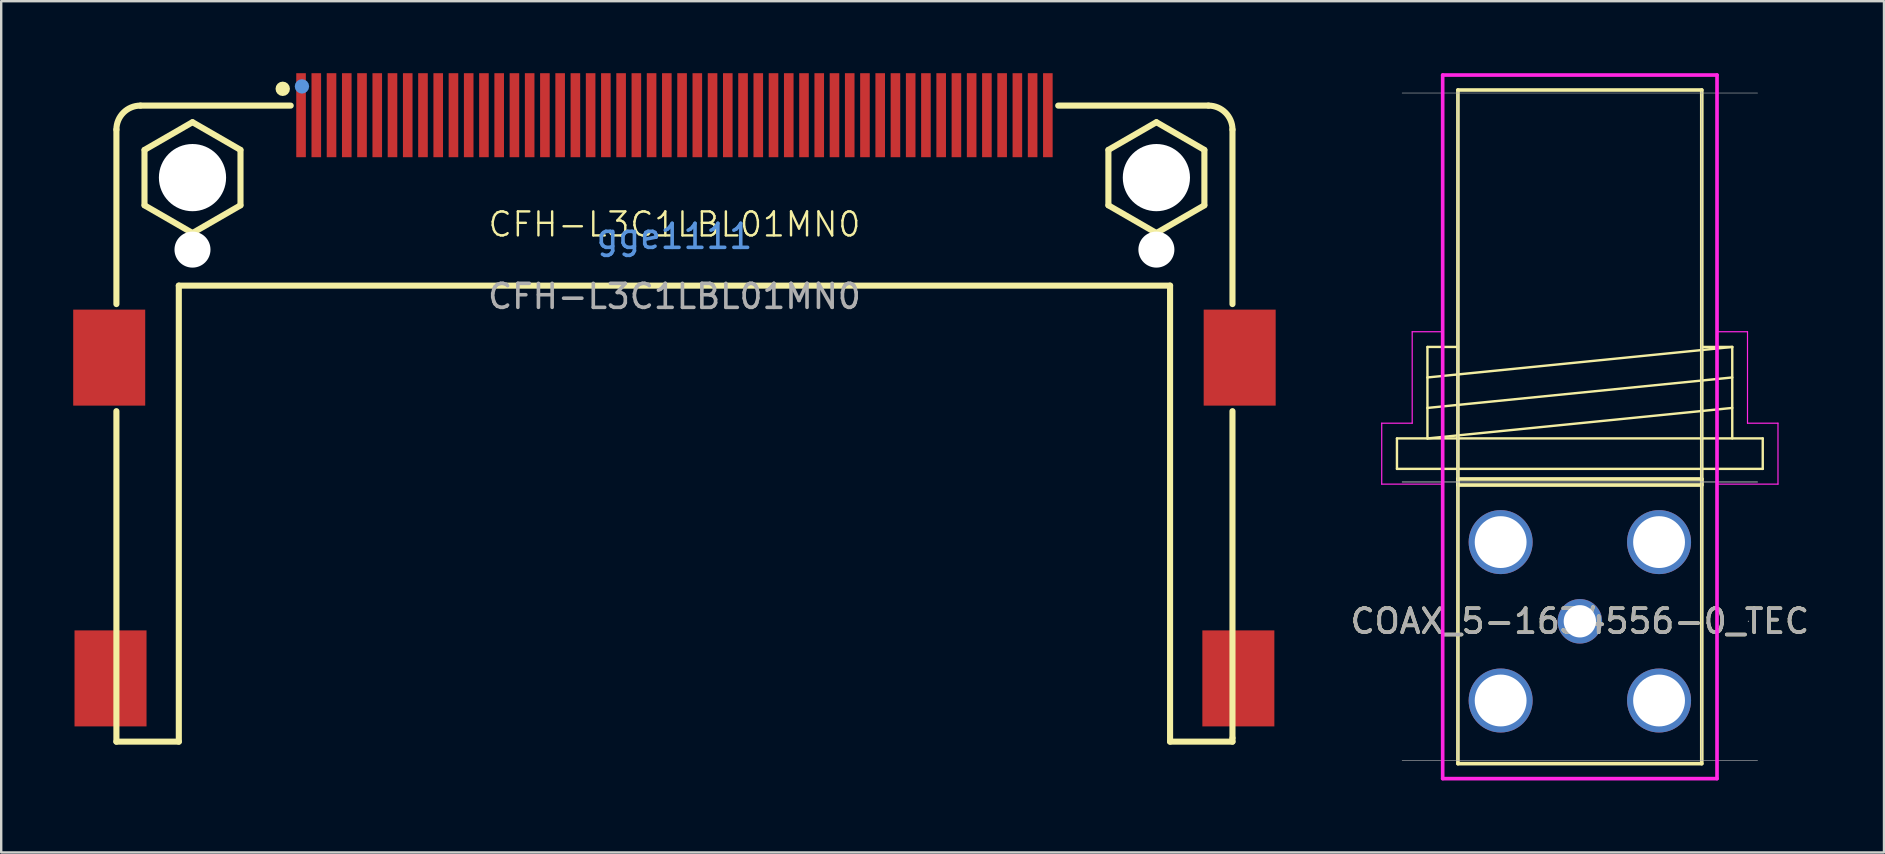
<source format=kicad_pcb>
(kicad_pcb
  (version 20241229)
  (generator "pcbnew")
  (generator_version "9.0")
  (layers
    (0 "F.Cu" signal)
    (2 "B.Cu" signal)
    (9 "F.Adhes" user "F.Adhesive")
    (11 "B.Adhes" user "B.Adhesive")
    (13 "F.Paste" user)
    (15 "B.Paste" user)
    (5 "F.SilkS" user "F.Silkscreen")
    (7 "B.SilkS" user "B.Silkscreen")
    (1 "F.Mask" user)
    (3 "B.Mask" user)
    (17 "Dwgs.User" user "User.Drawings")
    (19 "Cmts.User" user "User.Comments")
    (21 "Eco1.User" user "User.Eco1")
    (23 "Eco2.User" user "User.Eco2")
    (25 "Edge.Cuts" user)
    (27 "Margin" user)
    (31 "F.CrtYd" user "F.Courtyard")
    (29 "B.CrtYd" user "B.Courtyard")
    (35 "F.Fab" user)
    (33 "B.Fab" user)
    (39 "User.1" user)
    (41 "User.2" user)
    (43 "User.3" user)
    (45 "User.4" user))
  (footprint "COAX_5-1634556-0_TEC"
    (layer "F.Cu")
    (at 62.773 22.836)
    (property "Reference" "COAX_5-1634556-0_TEC" (at 0 0 0) (unlocked yes) (layer "F.SilkS") (effects (font (size 1 1) (thickness 0.15))))
    (attr through_hole)
    (fp_line (start -7.62 -7.62) (end 7.62 -7.62) (stroke (width 0.1) (type default)) (layer "F.SilkS"))
    (fp_line (start -7.62 -6.35) (end -7.62 -7.62) (stroke (width 0.1) (type default)) (layer "F.SilkS"))
    (fp_line (start -6.35 -11.43) (end -5.08 -11.43) (stroke (width 0.1) (type default)) (layer "F.SilkS"))
    (fp_line (start -6.35 -10.16) (end 6.35 -11.43) (stroke (width 0.1) (type default)) (layer "F.SilkS"))
    (fp_line (start -6.35 -8.89) (end 6.35 -10.16) (stroke (width 0.1) (type default)) (layer "F.SilkS"))
    (fp_line (start -6.35 -7.62) (end -6.35 -11.43) (stroke (width 0.1) (type default)) (layer "F.SilkS"))
    (fp_line (start -6.35 -7.62) (end 6.35 -8.89) (stroke (width 0.1) (type default)) (layer "F.SilkS"))
    (fp_line (start -5.08 -22.136) (end -5.08 -5.677) (stroke (width 0.152) (type solid)) (layer "F.SilkS"))
    (fp_line (start -5.08 -5.931) (end -5.08 5.931) (stroke (width 0.152) (type solid)) (layer "F.SilkS"))
    (fp_line (start -5.08 -5.677) (end 5.08 -5.677) (stroke (width 0.152) (type solid)) (layer "F.SilkS"))
    (fp_line (start -5.08 5.931) (end 5.08 5.931) (stroke (width 0.152) (type solid)) (layer "F.SilkS"))
    (fp_line (start 5.08 -22.136) (end -5.08 -22.136) (stroke (width 0.152) (type solid)) (layer "F.SilkS"))
    (fp_line (start 5.08 -11.43) (end 6.35 -11.43) (stroke (width 0.1) (type default)) (layer "F.SilkS"))
    (fp_line (start 5.08 -5.931) (end -5.08 -5.931) (stroke (width 0.152) (type solid)) (layer "F.SilkS"))
    (fp_line (start 5.08 -5.677) (end 5.08 -22.136) (stroke (width 0.152) (type solid)) (layer "F.SilkS"))
    (fp_line (start 5.08 5.931) (end 5.08 -5.931) (stroke (width 0.152) (type solid)) (layer "F.SilkS"))
    (fp_line (start 6.35 -11.43) (end 6.35 -7.62) (stroke (width 0.1) (type default)) (layer "F.SilkS"))
    (fp_line (start 7.62 -6.35) (end -7.62 -6.35) (stroke (width 0.1) (type default)) (layer "F.SilkS"))
    (fp_line (start 7.62 -6.35) (end 7.62 -7.62) (stroke (width 0.1) (type default)) (layer "F.SilkS"))
    (fp_line (start -8.255 -8.255) (end -6.985 -8.255) (stroke (width 0.05) (type default)) (layer "F.CrtYd"))
    (fp_line (start -8.255 -5.715) (end -8.255 -8.255) (stroke (width 0.05) (type default)) (layer "F.CrtYd"))
    (fp_line (start -6.985 -12.065) (end -5.715 -12.065) (stroke (width 0.05) (type default)) (layer "F.CrtYd"))
    (fp_line (start -6.985 -8.255) (end -6.985 -12.065) (stroke (width 0.05) (type default)) (layer "F.CrtYd"))
    (fp_line (start -5.715 -22.759) (end 5.715 -22.759) (stroke (width 0.152) (type solid)) (layer "F.CrtYd"))
    (fp_line (start -5.715 -5.715) (end -8.255 -5.715) (stroke (width 0.05) (type default)) (layer "F.CrtYd"))
    (fp_line (start -5.715 6.554) (end -5.715 -22.759) (stroke (width 0.152) (type solid)) (layer "F.CrtYd"))
    (fp_line (start 5.715 -22.759) (end 5.715 6.554) (stroke (width 0.152) (type solid)) (layer "F.CrtYd"))
    (fp_line (start 5.715 -5.715) (end 8.255 -5.715) (stroke (width 0.05) (type default)) (layer "F.CrtYd"))
    (fp_line (start 5.715 6.554) (end -5.715 6.554) (stroke (width 0.152) (type solid)) (layer "F.CrtYd"))
    (fp_line (start 6.985 -12.065) (end 5.715 -12.065) (stroke (width 0.05) (type default)) (layer "F.CrtYd"))
    (fp_line (start 6.985 -8.255) (end 6.985 -12.065) (stroke (width 0.05) (type default)) (layer "F.CrtYd"))
    (fp_line (start 8.255 -8.255) (end 6.985 -8.255) (stroke (width 0.05) (type default)) (layer "F.CrtYd"))
    (fp_line (start 8.255 -5.715) (end 8.255 -8.255) (stroke (width 0.05) (type default)) (layer "F.CrtYd"))
    (fp_line (start -7.404 -5.804) (end 7.404 -5.804) (stroke (width 0.025) (type solid)) (layer "F.Fab"))
    (fp_line (start -7.404 5.804) (end 7.404 5.804) (stroke (width 0.025) (type solid)) (layer "F.Fab"))
    (fp_line (start -5.08 -22.073) (end -5.08 -5.867) (stroke (width 0.025) (type solid)) (layer "F.Fab"))
    (fp_line (start -5.08 -5.804) (end -5.08 5.804) (stroke (width 0.025) (type solid)) (layer "F.Fab"))
    (fp_line (start 5.08 -5.867) (end 5.08 -22.073) (stroke (width 0.025) (type solid)) (layer "F.Fab"))
    (fp_line (start 5.08 5.804) (end 5.08 -5.804) (stroke (width 0.025) (type solid)) (layer "F.Fab"))
    (fp_line (start 7.404 -22.009) (end -7.404 -22.009) (stroke (width 0.025) (type solid)) (layer "F.Fab"))
    (fp_line (start 7.404 -5.804) (end -7.404 -5.804) (stroke (width 0.025) (type solid)) (layer "F.Fab"))
    (fp_circle (center 7.023 0) (end 7.023 0) (stroke (width 0.025) (type solid)) (fill no) (layer "F.Fab"))
    (fp_text user "${REFERENCE}" (at 0 0 0) (unlocked yes) (layer "F.Fab") (effects (font (size 1 1) (thickness 0.15))))
    (pad "1" thru_hole circle (at 0 0) (size 1.854 1.854) (drill 1.346) (layers "*.Cu" "*.Mask"))
    (pad "2" thru_hole circle (at -3.3 -3.3) (size 2.667 2.667) (drill 2.159) (layers "*.Cu" "*.Mask"))
    (pad "2" thru_hole circle (at -3.3 3.3) (size 2.667 2.667) (drill 2.159) (layers "*.Cu" "*.Mask"))
    (pad "2" thru_hole circle (at 3.3 -3.3) (size 2.667 2.667) (drill 2.159) (layers "*.Cu" "*.Mask"))
    (pad "2" thru_hole circle (at 3.3 3.3) (size 2.667 2.667) (drill 2.159) (layers "*.Cu" "*.Mask")))
  (footprint "CFH-L3C1LBL01MN0"
    (layer "F.Cu")
    (at 25.05 6.8)
    (property "Reference" "CFH-L3C1LBL01MN0" (at 0 -0.5 0) (unlocked yes) (layer "F.SilkS") (effects (font (size 1 1) (thickness 0.1))))
    (attr smd)
    (fp_line (start -23.25 2.819) (end -23.25 -4.45) (stroke (width 0.254) (type solid)) (layer "F.SilkS"))
    (fp_line (start -23.25 21.05) (end -23.25 7.281) (stroke (width 0.254) (type solid)) (layer "F.SilkS"))
    (fp_line (start -23.25 21.05) (end -20.65 21.05) (stroke (width 0.254) (type solid)) (layer "F.SilkS"))
    (fp_line (start -22.25 -5.45) (end -15.988 -5.45) (stroke (width 0.254) (type solid)) (layer "F.SilkS"))
    (fp_line (start -22.08 -3.6) (end -22.08 -1.3) (stroke (width 0.254) (type solid)) (layer "F.SilkS"))
    (fp_line (start -22.076 -1.293) (end -20.084 -0.143) (stroke (width 0.254) (type solid)) (layer "F.SilkS"))
    (fp_line (start -20.65 2.05) (end 20.65 2.05) (stroke (width 0.254) (type solid)) (layer "F.SilkS"))
    (fp_line (start -20.65 21.05) (end -20.65 2.05) (stroke (width 0.254) (type solid)) (layer "F.SilkS"))
    (fp_line (start -20.084 -4.757) (end -22.076 -3.607) (stroke (width 0.254) (type solid)) (layer "F.SilkS"))
    (fp_line (start -20.076 -0.143) (end -18.084 -1.293) (stroke (width 0.254) (type solid)) (layer "F.SilkS"))
    (fp_line (start -18.084 -3.607) (end -20.076 -4.757) (stroke (width 0.254) (type solid)) (layer "F.SilkS"))
    (fp_line (start -18.08 -1.3) (end -18.08 -3.6) (stroke (width 0.254) (type solid)) (layer "F.SilkS"))
    (fp_line (start 15.989 -5.45) (end 22.25 -5.45) (stroke (width 0.254) (type solid)) (layer "F.SilkS"))
    (fp_line (start 18.08 -3.6) (end 18.08 -1.3) (stroke (width 0.254) (type solid)) (layer "F.SilkS"))
    (fp_line (start 18.084 -1.293) (end 20.076 -0.143) (stroke (width 0.254) (type solid)) (layer "F.SilkS"))
    (fp_line (start 20.076 -4.757) (end 18.084 -3.607) (stroke (width 0.254) (type solid)) (layer "F.SilkS"))
    (fp_line (start 20.084 -0.143) (end 22.076 -1.293) (stroke (width 0.254) (type solid)) (layer "F.SilkS"))
    (fp_line (start 20.65 21.05) (end 20.65 2.05) (stroke (width 0.254) (type solid)) (layer "F.SilkS"))
    (fp_line (start 20.65 21.05) (end 23.25 21.05) (stroke (width 0.254) (type solid)) (layer "F.SilkS"))
    (fp_line (start 22.076 -3.607) (end 20.084 -4.757) (stroke (width 0.254) (type solid)) (layer "F.SilkS"))
    (fp_line (start 22.08 -1.3) (end 22.08 -3.6) (stroke (width 0.254) (type solid)) (layer "F.SilkS"))
    (fp_line (start 23.25 -4.45) (end 23.25 2.819) (stroke (width 0.254) (type solid)) (layer "F.SilkS"))
    (fp_line (start 23.25 7.281) (end 23.25 20.9) (stroke (width 0.254) (type solid)) (layer "F.SilkS"))
    (fp_line (start 23.25 20.9) (end 23.25 21.05) (stroke (width 0.254) (type solid)) (layer "F.SilkS"))
    (fp_arc (start -23.25 -4.45) (mid -22.957101 -5.157113) (end -22.249983 -5.45) (stroke (width 0.254) (type solid)) (layer "F.SilkS"))
    (fp_arc (start 22.25 -5.45) (mid 22.957125 -5.157088) (end 23.25 -4.449948) (stroke (width 0.254) (type solid)) (layer "F.SilkS"))
    (fp_circle (center -16.32 -6.15) (end -16.17 -6.15) (stroke (width 0.3) (type solid)) (fill no) (layer "F.SilkS"))
    (fp_circle (center -20.08 0.55) (end -19.73 0.55) (stroke (width 0.7) (type solid)) (fill no) (layer "Cmts.User"))
    (fp_circle (center -15.52 -6.25) (end -15.37 -6.25) (stroke (width 0.3) (type solid)) (fill no) (layer "Cmts.User"))
    (fp_circle (center 20.08 0.55) (end 20.43 0.55) (stroke (width 0.7) (type solid)) (fill no) (layer "Cmts.User"))
    (fp_text user "gge1111" (at 0 0 0) (layer "Cmts.User") (effects (font (size 1 1) (thickness 0.15))))
    (fp_text user "${REFERENCE}" (at 0 2.5 0) (unlocked yes) (layer "F.Fab") (effects (font (size 1 1) (thickness 0.15))))
    (pad "" np_thru_hole circle (at -20.08 -2.45) (size 2.8 2.8) (drill 2.8) (layers "*.Cu" "*.Mask"))
    (pad "" np_thru_hole circle (at -20.08 0.55) (size 1.5 1.5) (drill 1.5) (layers "*.Cu" "*.Mask"))
    (pad "" np_thru_hole circle (at 20.08 -2.45) (size 2.8 2.8) (drill 2.8) (layers "*.Cu" "*.Mask"))
    (pad "" np_thru_hole circle (at 20.08 0.55) (size 1.5 1.5) (drill 1.5) (layers "*.Cu" "*.Mask"))
    (pad "1" smd rect (at -15.557 -5.05 90) (size 3.5 0.4) (layers "F.Cu" "F.Mask" "F.Paste"))
    (pad "2" smd rect (at -14.287 -5.05 90) (size 3.5 0.4) (layers "F.Cu" "F.Mask" "F.Paste"))
    (pad "3" smd rect (at -13.017 -5.05 90) (size 3.5 0.4) (layers "F.Cu" "F.Mask" "F.Paste"))
    (pad "4" smd rect (at -11.747 -5.05 90) (size 3.5 0.4) (layers "F.Cu" "F.Mask" "F.Paste"))
    (pad "5" smd rect (at -10.477 -5.05 90) (size 3.5 0.4) (layers "F.Cu" "F.Mask" "F.Paste"))
    (pad "6" smd rect (at -9.207 -5.05 90) (size 3.5 0.4) (layers "F.Cu" "F.Mask" "F.Paste"))
    (pad "7" smd rect (at -7.937 -5.05 90) (size 3.5 0.4) (layers "F.Cu" "F.Mask" "F.Paste"))
    (pad "8" smd rect (at -6.667 -5.05 90) (size 3.5 0.4) (layers "F.Cu" "F.Mask" "F.Paste"))
    (pad "9" smd rect (at -5.397 -5.05 90) (size 3.5 0.4) (layers "F.Cu" "F.Mask" "F.Paste"))
    (pad "10" smd rect (at -4.127 -5.05 90) (size 3.5 0.4) (layers "F.Cu" "F.Mask" "F.Paste"))
    (pad "11" smd rect (at -2.857 -5.05 90) (size 3.5 0.4) (layers "F.Cu" "F.Mask" "F.Paste"))
    (pad "12" smd rect (at -1.587 -5.05 90) (size 3.5 0.4) (layers "F.Cu" "F.Mask" "F.Paste"))
    (pad "13" smd rect (at -0.317 -5.05 90) (size 3.5 0.4) (layers "F.Cu" "F.Mask" "F.Paste"))
    (pad "14" smd rect (at 0.953 -5.05 90) (size 3.5 0.4) (layers "F.Cu" "F.Mask" "F.Paste"))
    (pad "15" smd rect (at 2.223 -5.05 90) (size 3.5 0.4) (layers "F.Cu" "F.Mask" "F.Paste"))
    (pad "16" smd rect (at 3.493 -5.05 90) (size 3.5 0.4) (layers "F.Cu" "F.Mask" "F.Paste"))
    (pad "17" smd rect (at 4.763 -5.05 90) (size 3.5 0.4) (layers "F.Cu" "F.Mask" "F.Paste"))
    (pad "18" smd rect (at 6.033 -5.05 90) (size 3.5 0.4) (layers "F.Cu" "F.Mask" "F.Paste"))
    (pad "19" smd rect (at 7.303 -5.05 90) (size 3.5 0.4) (layers "F.Cu" "F.Mask" "F.Paste"))
    (pad "20" smd rect (at 8.573 -5.05 90) (size 3.5 0.4) (layers "F.Cu" "F.Mask" "F.Paste"))
    (pad "21" smd rect (at 9.843 -5.05 90) (size 3.5 0.4) (layers "F.Cu" "F.Mask" "F.Paste"))
    (pad "22" smd rect (at 11.113 -5.05 90) (size 3.5 0.4) (layers "F.Cu" "F.Mask" "F.Paste"))
    (pad "23" smd rect (at 12.383 -5.05 90) (size 3.5 0.4) (layers "F.Cu" "F.Mask" "F.Paste"))
    (pad "24" smd rect (at 13.653 -5.05 90) (size 3.5 0.4) (layers "F.Cu" "F.Mask" "F.Paste"))
    (pad "25" smd rect (at 14.923 -5.05 90) (size 3.5 0.4) (layers "F.Cu" "F.Mask" "F.Paste"))
    (pad "26" smd rect (at -14.922 -5.05 90) (size 3.5 0.4) (layers "F.Cu" "F.Mask" "F.Paste"))
    (pad "27" smd rect (at -13.652 -5.05 90) (size 3.5 0.4) (layers "F.Cu" "F.Mask" "F.Paste"))
    (pad "28" smd rect (at -12.382 -5.05 90) (size 3.5 0.4) (layers "F.Cu" "F.Mask" "F.Paste"))
    (pad "29" smd rect (at -11.112 -5.05 90) (size 3.5 0.4) (layers "F.Cu" "F.Mask" "F.Paste"))
    (pad "30" smd rect (at -9.842 -5.05 90) (size 3.5 0.4) (layers "F.Cu" "F.Mask" "F.Paste"))
    (pad "31" smd rect (at -8.572 -5.05 90) (size 3.5 0.4) (layers "F.Cu" "F.Mask" "F.Paste"))
    (pad "32" smd rect (at -7.302 -5.05 90) (size 3.5 0.4) (layers "F.Cu" "F.Mask" "F.Paste"))
    (pad "33" smd rect (at -6.032 -5.05 90) (size 3.5 0.4) (layers "F.Cu" "F.Mask" "F.Paste"))
    (pad "34" smd rect (at -4.762 -5.05 90) (size 3.5 0.4) (layers "F.Cu" "F.Mask" "F.Paste"))
    (pad "35" smd rect (at -3.492 -5.05 90) (size 3.5 0.4) (layers "F.Cu" "F.Mask" "F.Paste"))
    (pad "36" smd rect (at -2.222 -5.05 90) (size 3.5 0.4) (layers "F.Cu" "F.Mask" "F.Paste"))
    (pad "37" smd rect (at -0.952 -5.05 90) (size 3.5 0.4) (layers "F.Cu" "F.Mask" "F.Paste"))
    (pad "38" smd rect (at 0.318 -5.05 90) (size 3.5 0.4) (layers "F.Cu" "F.Mask" "F.Paste"))
    (pad "39" smd rect (at 1.588 -5.05 90) (size 3.5 0.4) (layers "F.Cu" "F.Mask" "F.Paste"))
    (pad "40" smd rect (at 2.858 -5.05 90) (size 3.5 0.4) (layers "F.Cu" "F.Mask" "F.Paste"))
    (pad "41" smd rect (at 4.128 -5.05 90) (size 3.5 0.4) (layers "F.Cu" "F.Mask" "F.Paste"))
    (pad "42" smd rect (at 5.398 -5.05 90) (size 3.5 0.4) (layers "F.Cu" "F.Mask" "F.Paste"))
    (pad "43" smd rect (at 6.668 -5.05 90) (size 3.5 0.4) (layers "F.Cu" "F.Mask" "F.Paste"))
    (pad "44" smd rect (at 7.938 -5.05 90) (size 3.5 0.4) (layers "F.Cu" "F.Mask" "F.Paste"))
    (pad "45" smd rect (at 9.208 -5.05 90) (size 3.5 0.4) (layers "F.Cu" "F.Mask" "F.Paste"))
    (pad "46" smd rect (at 10.478 -5.05 90) (size 3.5 0.4) (layers "F.Cu" "F.Mask" "F.Paste"))
    (pad "47" smd rect (at 11.748 -5.05 90) (size 3.5 0.4) (layers "F.Cu" "F.Mask" "F.Paste"))
    (pad "48" smd rect (at 13.018 -5.05 90) (size 3.5 0.4) (layers "F.Cu" "F.Mask" "F.Paste"))
    (pad "49" smd rect (at 14.288 -5.05 90) (size 3.5 0.4) (layers "F.Cu" "F.Mask" "F.Paste"))
    (pad "50" smd rect (at 15.558 -5.05 90) (size 3.5 0.4) (layers "F.Cu" "F.Mask" "F.Paste"))
    (pad "51" smd rect (at 23.55 5.05 180) (size 3 4) (layers "F.Cu" "F.Mask" "F.Paste"))
    (pad "52" smd rect (at -23.55 5.05 180) (size 3 4) (layers "F.Cu" "F.Mask" "F.Paste"))
    (pad "53" smd rect (at -23.495 18.415 180) (size 3 4) (layers "F.Cu" "F.Mask" "F.Paste"))
    (pad "54" smd rect (at 23.495 18.415 180) (size 3 4) (layers "F.Cu" "F.Mask" "F.Paste")))
  (gr_rect
    (start -3 -3)
    (end 75.445 32.466)
    (stroke (width 0.1) (type default))
    (fill no)
    (layer "Edge.Cuts")))
</source>
